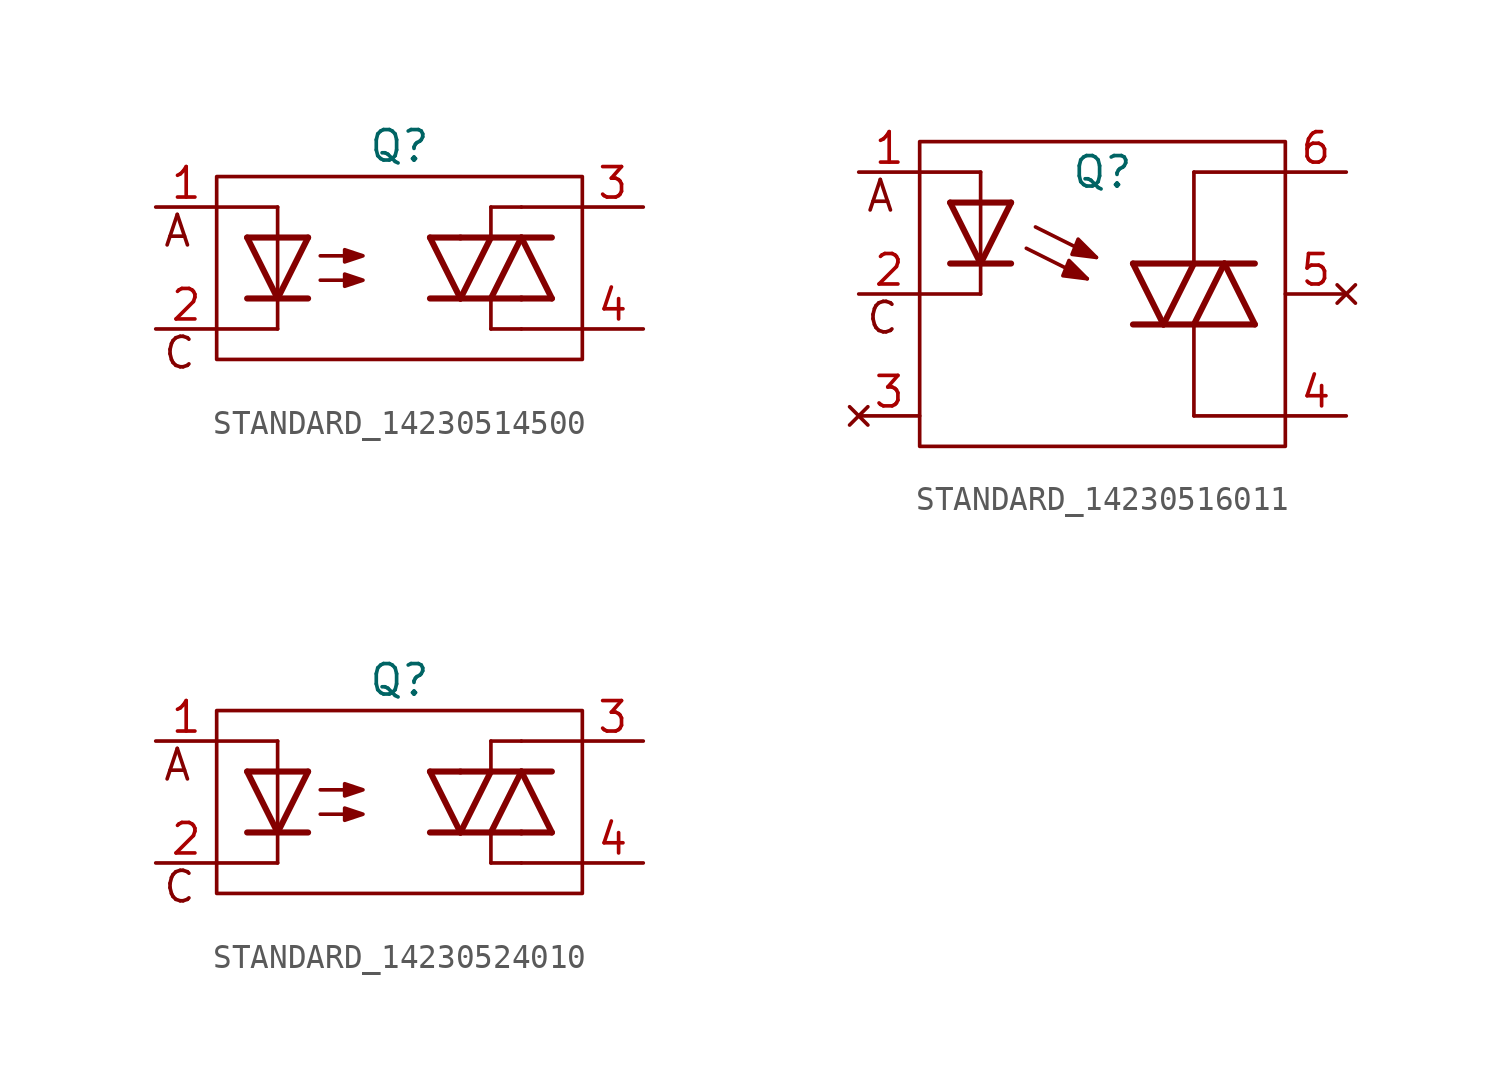
<source format=kicad_sym>
(kicad_symbol_lib
  (version 20220914)
  (generator kicad_symbol_editor)
  (symbol "STANDARD_14230514500"
    (pin_names hide)
    (property "Reference" "Q"
      (at 0 5.08 0)
      (effects (font (size 1.27 1.27))))
    (symbol "STANDARD_14230514500_0_0"
      (rectangle (start -7.62 3.81) (end 7.62 -3.81) (stroke (width 0) (type default)) (fill (type none)))
      (polyline (pts (xy -5.08 -2.54) (xy -7.62 -2.54)) (stroke (width 0.152) (type default)) (fill (type none)))
      (polyline (pts (xy -5.08 -1.27) (xy -6.35 -1.27)) (stroke (width 0.254) (type default)) (fill (type none)))
      (polyline (pts (xy -5.08 -1.27) (xy -6.35 1.27)) (stroke (width 0.254) (type default)) (fill (type none)))
      (polyline (pts (xy -5.08 -1.27) (xy -5.08 -2.54)) (stroke (width 0.152) (type default)) (fill (type none)))
      (polyline (pts (xy -5.08 1.27) (xy -6.35 1.27)) (stroke (width 0.254) (type default)) (fill (type none)))
      (polyline (pts (xy -5.08 1.27) (xy -5.08 -1.27)) (stroke (width 0.152) (type default)) (fill (type none)))
      (polyline (pts (xy -5.08 1.27) (xy -5.08 2.54)) (stroke (width 0.152) (type default)) (fill (type none)))
      (polyline (pts (xy -5.08 2.54) (xy -7.62 2.54)) (stroke (width 0.152) (type default)) (fill (type none)))
      (polyline (pts (xy -3.81 -1.27) (xy -5.08 -1.27)) (stroke (width 0.254) (type default)) (fill (type none)))
      (polyline (pts (xy -3.81 1.27) (xy -5.08 -1.27)) (stroke (width 0.254) (type default)) (fill (type none)))
      (polyline (pts (xy -3.81 1.27) (xy -5.08 1.27)) (stroke (width 0.254) (type default)) (fill (type none)))
      (polyline (pts (xy -3.302 -0.508) (xy -2.032 -0.508)) (stroke (width 0.152) (type default)) (fill (type none)))
      (polyline (pts (xy -3.302 0.508) (xy -2.032 0.508)) (stroke (width 0.152) (type default)) (fill (type none)))
      (polyline (pts (xy 2.54 -1.27) (xy 1.27 -1.27)) (stroke (width 0.254) (type default)) (fill (type none)))
      (polyline (pts (xy 2.54 -1.27) (xy 1.27 1.27)) (stroke (width 0.254) (type default)) (fill (type none)))
      (polyline (pts (xy 2.54 1.27) (xy 1.27 1.27)) (stroke (width 0.254) (type default)) (fill (type none)))
      (polyline (pts (xy 3.81 -2.54) (xy 5.08 -2.54)) (stroke (width 0.152) (type default)) (fill (type none)))
      (polyline (pts (xy 3.81 -1.27) (xy 2.54 -1.27)) (stroke (width 0.254) (type default)) (fill (type none)))
      (polyline (pts (xy 3.81 -1.27) (xy 3.81 -2.54)) (stroke (width 0.152) (type default)) (fill (type none)))
      (polyline (pts (xy 3.81 -1.27) (xy 5.08 -1.27)) (stroke (width 0.254) (type default)) (fill (type none)))
      (polyline (pts (xy 3.81 -1.27) (xy 5.08 1.27)) (stroke (width 0.254) (type default)) (fill (type none)))
      (polyline (pts (xy 3.81 1.27) (xy 2.54 -1.27)) (stroke (width 0.254) (type default)) (fill (type none)))
      (polyline (pts (xy 3.81 1.27) (xy 2.54 1.27)) (stroke (width 0.254) (type default)) (fill (type none)))
      (polyline (pts (xy 3.81 1.27) (xy 3.81 2.54)) (stroke (width 0.152) (type default)) (fill (type none)))
      (polyline (pts (xy 3.81 1.27) (xy 5.08 1.27)) (stroke (width 0.254) (type default)) (fill (type none)))
      (polyline (pts (xy 5.08 -1.27) (xy 6.35 -1.27)) (stroke (width 0.254) (type default)) (fill (type none)))
      (polyline (pts (xy 5.08 1.27) (xy 6.35 -1.27)) (stroke (width 0.254) (type default)) (fill (type none)))
      (polyline (pts (xy 5.08 1.27) (xy 6.35 1.27)) (stroke (width 0.254) (type default)) (fill (type none)))
      (polyline (pts (xy 5.08 2.54) (xy 3.81 2.54)) (stroke (width 0.152) (type default)) (fill (type none)))
      (polyline (pts (xy 7.62 -2.54) (xy 5.08 -2.54)) (stroke (width 0.152) (type default)) (fill (type none)))
      (polyline (pts (xy 7.62 2.54) (xy 5.08 2.54)) (stroke (width 0.152) (type default)) (fill (type none)))
      (polyline (pts (xy -2.286 -0.254) (xy -1.524 -0.508) (xy -2.286 -0.762) (xy -2.286 -0.254)) (stroke (width 0.152) (type default)) (fill (type outline)))
      (polyline (pts (xy -2.286 0.762) (xy -1.524 0.508) (xy -2.286 0.254) (xy -2.286 0.762)) (stroke (width 0.152) (type default)) (fill (type outline)))
      (text "A" (at -9.906 2.286 0) (effects (font (size 1.27 1.27)) (justify left top)))
      (text "C" (at -9.906 -2.794 0) (effects (font (size 1.27 1.27)) (justify left top))))
    (symbol "STANDARD_14230514500_1_0"
      (pin passive line (at -10.16 2.54 0) (length 2.54) (name "Anode" (effects (font (size 1.27 1.27)))) (number "1" (effects (font (size 1.27 1.27)))))
      (pin passive line (at -10.16 -2.54 0) (length 2.54) (name "Cathode" (effects (font (size 1.27 1.27)))) (number "2" (effects (font (size 1.27 1.27)))))
      (pin passive line (at 10.16 2.54 180) (length 2.54) (name "Teminal" (effects (font (size 1.27 1.27)))) (number "3" (effects (font (size 1.27 1.27)))))
      (pin passive line (at 10.16 -2.54 180) (length 2.54) (name "Teminal" (effects (font (size 1.27 1.27)))) (number "4" (effects (font (size 1.27 1.27)))))))
  (symbol "STANDARD_14230516011"
    (pin_names hide)
    (property "Reference" "Q"
      (at 0 5.08 0)
      (effects (font (size 1.27 1.27))))
    (symbol "STANDARD_14230516011_0_0"
      (rectangle (start -7.62 6.35) (end 7.62 -6.35) (stroke (width 0) (type default)) (fill (type none)))
      (polyline (pts (xy -5.08 0) (xy -7.62 0)) (stroke (width 0.152) (type default)) (fill (type none)))
      (polyline (pts (xy -5.08 1.27) (xy -6.35 1.27)) (stroke (width 0.254) (type default)) (fill (type none)))
      (polyline (pts (xy -5.08 1.27) (xy -6.35 3.81)) (stroke (width 0.254) (type default)) (fill (type none)))
      (polyline (pts (xy -5.08 1.27) (xy -5.08 0)) (stroke (width 0.152) (type default)) (fill (type none)))
      (polyline (pts (xy -5.08 3.81) (xy -6.35 3.81)) (stroke (width 0.254) (type default)) (fill (type none)))
      (polyline (pts (xy -5.08 3.81) (xy -5.08 1.27)) (stroke (width 0.152) (type default)) (fill (type none)))
      (polyline (pts (xy -5.08 3.81) (xy -5.08 5.08)) (stroke (width 0.152) (type default)) (fill (type none)))
      (polyline (pts (xy -5.08 5.08) (xy -7.62 5.08)) (stroke (width 0.152) (type default)) (fill (type none)))
      (polyline (pts (xy -3.81 1.27) (xy -5.08 1.27)) (stroke (width 0.254) (type default)) (fill (type none)))
      (polyline (pts (xy -3.81 3.81) (xy -5.08 1.27)) (stroke (width 0.254) (type default)) (fill (type none)))
      (polyline (pts (xy -3.81 3.81) (xy -5.08 3.81)) (stroke (width 0.254) (type default)) (fill (type none)))
      (polyline (pts (xy -3.175 1.905) (xy -0.635 0.635)) (stroke (width 0.152) (type default)) (fill (type none)))
      (polyline (pts (xy -2.794 2.794) (xy -0.254 1.524)) (stroke (width 0.152) (type default)) (fill (type none)))
      (polyline (pts (xy 2.54 -1.27) (xy 1.27 -1.27)) (stroke (width 0.254) (type default)) (fill (type none)))
      (polyline (pts (xy 2.54 -1.27) (xy 1.27 1.27)) (stroke (width 0.254) (type default)) (fill (type none)))
      (polyline (pts (xy 3.81 -1.27) (xy 2.54 -1.27)) (stroke (width 0.254) (type default)) (fill (type none)))
      (polyline (pts (xy 3.81 -1.27) (xy 3.81 -5.08)) (stroke (width 0.152) (type default)) (fill (type none)))
      (polyline (pts (xy 3.81 -1.27) (xy 5.08 1.27)) (stroke (width 0.254) (type default)) (fill (type none)))
      (polyline (pts (xy 3.81 -1.27) (xy 6.35 -1.27)) (stroke (width 0.254) (type default)) (fill (type none)))
      (polyline (pts (xy 3.81 1.27) (xy 1.27 1.27)) (stroke (width 0.254) (type default)) (fill (type none)))
      (polyline (pts (xy 3.81 1.27) (xy 2.54 -1.27)) (stroke (width 0.254) (type default)) (fill (type none)))
      (polyline (pts (xy 3.81 1.27) (xy 3.81 5.08)) (stroke (width 0.152) (type default)) (fill (type none)))
      (polyline (pts (xy 3.81 1.27) (xy 5.08 1.27)) (stroke (width 0.254) (type default)) (fill (type none)))
      (polyline (pts (xy 5.08 1.27) (xy 6.35 -1.27)) (stroke (width 0.254) (type default)) (fill (type none)))
      (polyline (pts (xy 5.08 1.27) (xy 6.35 1.27)) (stroke (width 0.254) (type default)) (fill (type none)))
      (polyline (pts (xy 7.62 -5.08) (xy 3.81 -5.08)) (stroke (width 0.152) (type default)) (fill (type none)))
      (polyline (pts (xy 7.62 5.08) (xy 3.81 5.08)) (stroke (width 0.152) (type default)) (fill (type none)))
      (polyline (pts (xy -1.397 1.397) (xy -0.635 0.635) (xy -1.651 0.762) (xy -1.397 1.397)) (stroke (width 0.152) (type default)) (fill (type outline)))
      (polyline (pts (xy -1.016 2.286) (xy -0.254 1.524) (xy -1.27 1.651) (xy -1.016 2.286)) (stroke (width 0.152) (type default)) (fill (type outline)))
      (text "A" (at -9.906 4.826 0) (effects (font (size 1.27 1.27)) (justify left top)))
      (text "C" (at -9.906 -0.254 0) (effects (font (size 1.27 1.27)) (justify left top))))
    (symbol "STANDARD_14230516011_1_0"
      (pin passive line (at -10.16 5.08 0) (length 2.54) (name "Anode" (effects (font (size 1.27 1.27)))) (number "1" (effects (font (size 1.27 1.27)))))
      (pin passive line (at -10.16 0 0) (length 2.54) (name "Cathode" (effects (font (size 1.27 1.27)))) (number "2" (effects (font (size 1.27 1.27)))))
      (pin no_connect line (at -10.16 -5.08 0) (length 2.54) (name "NC" (effects (font (size 1.27 1.27)))) (number "3" (effects (font (size 1.27 1.27)))))
      (pin passive line (at 10.16 -5.08 180) (length 2.54) (name "Teminal" (effects (font (size 1.27 1.27)))) (number "4" (effects (font (size 1.27 1.27)))))
      (pin no_connect line (at 10.16 0 180) (length 2.54) (name "NC" (effects (font (size 1.27 1.27)))) (number "5" (effects (font (size 1.27 1.27)))))
      (pin passive line (at 10.16 5.08 180) (length 2.54) (name "Teminal" (effects (font (size 1.27 1.27)))) (number "6" (effects (font (size 1.27 1.27)))))))
  (symbol "STANDARD_14230524010"
    (pin_names hide)
    (property "Reference" "Q"
      (at 0 5.08 0)
      (effects (font (size 1.27 1.27))))
    (symbol "STANDARD_14230524010_0_0"
      (rectangle (start -7.62 3.81) (end 7.62 -3.81) (stroke (width 0) (type default)) (fill (type none)))
      (polyline (pts (xy -5.08 -2.54) (xy -7.62 -2.54)) (stroke (width 0.152) (type default)) (fill (type none)))
      (polyline (pts (xy -5.08 -1.27) (xy -6.35 -1.27)) (stroke (width 0.254) (type default)) (fill (type none)))
      (polyline (pts (xy -5.08 -1.27) (xy -6.35 1.27)) (stroke (width 0.254) (type default)) (fill (type none)))
      (polyline (pts (xy -5.08 -1.27) (xy -5.08 -2.54)) (stroke (width 0.152) (type default)) (fill (type none)))
      (polyline (pts (xy -5.08 1.27) (xy -6.35 1.27)) (stroke (width 0.254) (type default)) (fill (type none)))
      (polyline (pts (xy -5.08 1.27) (xy -5.08 -1.27)) (stroke (width 0.152) (type default)) (fill (type none)))
      (polyline (pts (xy -5.08 1.27) (xy -5.08 2.54)) (stroke (width 0.152) (type default)) (fill (type none)))
      (polyline (pts (xy -5.08 2.54) (xy -7.62 2.54)) (stroke (width 0.152) (type default)) (fill (type none)))
      (polyline (pts (xy -3.81 -1.27) (xy -5.08 -1.27)) (stroke (width 0.254) (type default)) (fill (type none)))
      (polyline (pts (xy -3.81 1.27) (xy -5.08 -1.27)) (stroke (width 0.254) (type default)) (fill (type none)))
      (polyline (pts (xy -3.81 1.27) (xy -5.08 1.27)) (stroke (width 0.254) (type default)) (fill (type none)))
      (polyline (pts (xy -3.302 -0.508) (xy -2.032 -0.508)) (stroke (width 0.152) (type default)) (fill (type none)))
      (polyline (pts (xy -3.302 0.508) (xy -2.032 0.508)) (stroke (width 0.152) (type default)) (fill (type none)))
      (polyline (pts (xy 2.54 -1.27) (xy 1.27 -1.27)) (stroke (width 0.254) (type default)) (fill (type none)))
      (polyline (pts (xy 2.54 -1.27) (xy 1.27 1.27)) (stroke (width 0.254) (type default)) (fill (type none)))
      (polyline (pts (xy 2.54 1.27) (xy 1.27 1.27)) (stroke (width 0.254) (type default)) (fill (type none)))
      (polyline (pts (xy 3.81 -2.54) (xy 5.08 -2.54)) (stroke (width 0.152) (type default)) (fill (type none)))
      (polyline (pts (xy 3.81 -1.27) (xy 2.54 -1.27)) (stroke (width 0.254) (type default)) (fill (type none)))
      (polyline (pts (xy 3.81 -1.27) (xy 3.81 -2.54)) (stroke (width 0.152) (type default)) (fill (type none)))
      (polyline (pts (xy 3.81 -1.27) (xy 5.08 -1.27)) (stroke (width 0.254) (type default)) (fill (type none)))
      (polyline (pts (xy 3.81 -1.27) (xy 5.08 1.27)) (stroke (width 0.254) (type default)) (fill (type none)))
      (polyline (pts (xy 3.81 1.27) (xy 2.54 -1.27)) (stroke (width 0.254) (type default)) (fill (type none)))
      (polyline (pts (xy 3.81 1.27) (xy 2.54 1.27)) (stroke (width 0.254) (type default)) (fill (type none)))
      (polyline (pts (xy 3.81 1.27) (xy 3.81 2.54)) (stroke (width 0.152) (type default)) (fill (type none)))
      (polyline (pts (xy 3.81 1.27) (xy 5.08 1.27)) (stroke (width 0.254) (type default)) (fill (type none)))
      (polyline (pts (xy 5.08 -1.27) (xy 6.35 -1.27)) (stroke (width 0.254) (type default)) (fill (type none)))
      (polyline (pts (xy 5.08 1.27) (xy 6.35 -1.27)) (stroke (width 0.254) (type default)) (fill (type none)))
      (polyline (pts (xy 5.08 1.27) (xy 6.35 1.27)) (stroke (width 0.254) (type default)) (fill (type none)))
      (polyline (pts (xy 5.08 2.54) (xy 3.81 2.54)) (stroke (width 0.152) (type default)) (fill (type none)))
      (polyline (pts (xy 7.62 -2.54) (xy 5.08 -2.54)) (stroke (width 0.152) (type default)) (fill (type none)))
      (polyline (pts (xy 7.62 2.54) (xy 5.08 2.54)) (stroke (width 0.152) (type default)) (fill (type none)))
      (polyline (pts (xy -2.286 -0.254) (xy -1.524 -0.508) (xy -2.286 -0.762) (xy -2.286 -0.254)) (stroke (width 0.152) (type default)) (fill (type outline)))
      (polyline (pts (xy -2.286 0.762) (xy -1.524 0.508) (xy -2.286 0.254) (xy -2.286 0.762)) (stroke (width 0.152) (type default)) (fill (type outline)))
      (text "A" (at -9.906 2.286 0) (effects (font (size 1.27 1.27)) (justify left top)))
      (text "C" (at -9.906 -2.794 0) (effects (font (size 1.27 1.27)) (justify left top))))
    (symbol "STANDARD_14230524010_1_0"
      (pin passive line (at -10.16 2.54 0) (length 2.54) (name "Anode" (effects (font (size 1.27 1.27)))) (number "1" (effects (font (size 1.27 1.27)))))
      (pin passive line (at -10.16 -2.54 0) (length 2.54) (name "Cathode" (effects (font (size 1.27 1.27)))) (number "2" (effects (font (size 1.27 1.27)))))
      (pin passive line (at 10.16 2.54 180) (length 2.54) (name "Teminal" (effects (font (size 1.27 1.27)))) (number "3" (effects (font (size 1.27 1.27)))))
      (pin passive line (at 10.16 -2.54 180) (length 2.54) (name "Teminal" (effects (font (size 1.27 1.27)))) (number "4" (effects (font (size 1.27 1.27))))))))
</source>
